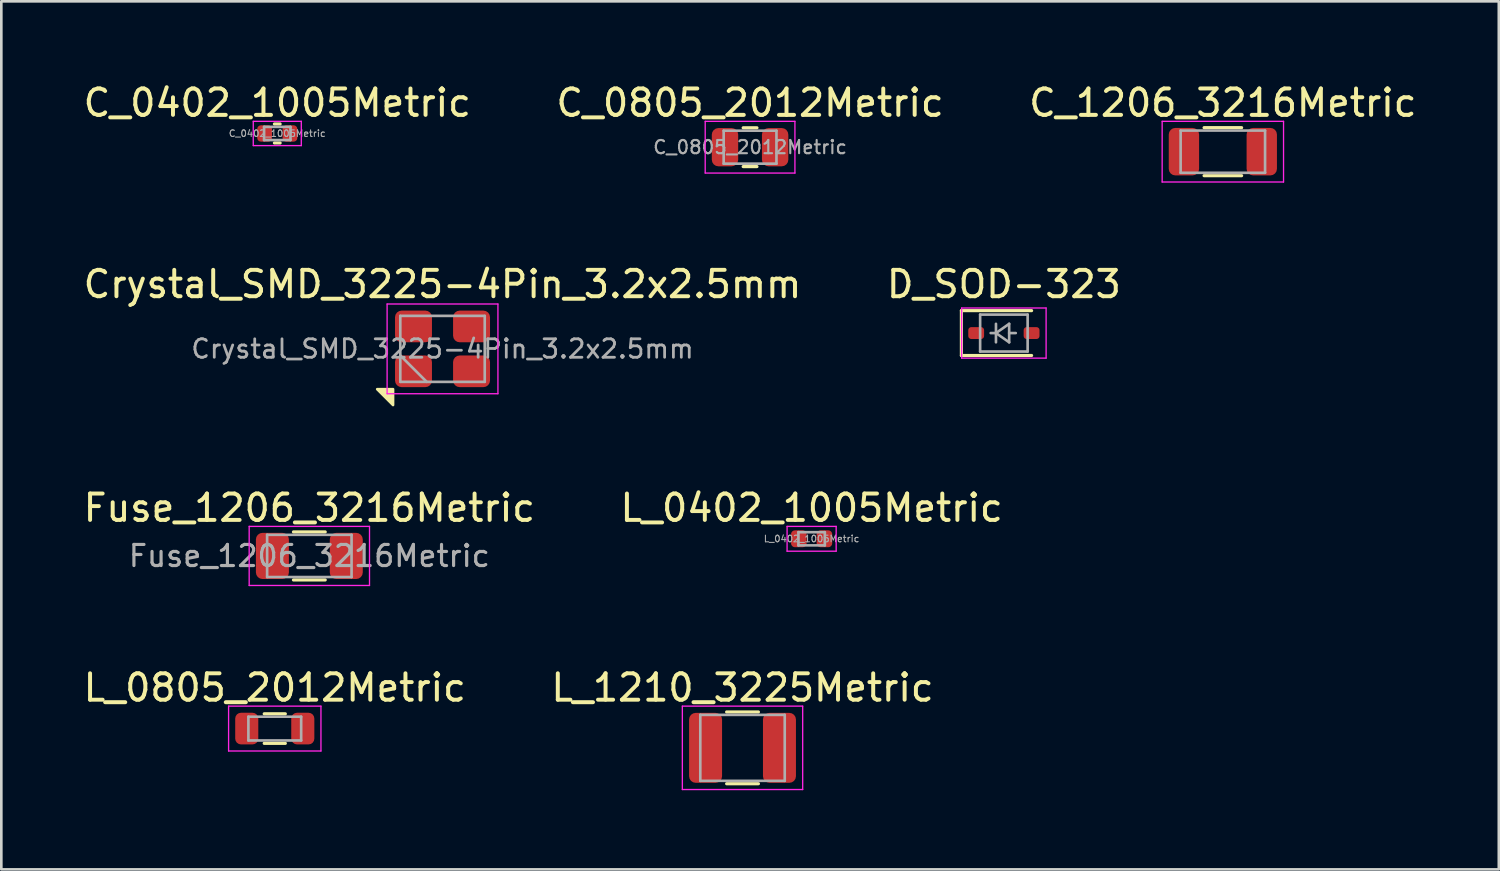
<source format=kicad_pcb>
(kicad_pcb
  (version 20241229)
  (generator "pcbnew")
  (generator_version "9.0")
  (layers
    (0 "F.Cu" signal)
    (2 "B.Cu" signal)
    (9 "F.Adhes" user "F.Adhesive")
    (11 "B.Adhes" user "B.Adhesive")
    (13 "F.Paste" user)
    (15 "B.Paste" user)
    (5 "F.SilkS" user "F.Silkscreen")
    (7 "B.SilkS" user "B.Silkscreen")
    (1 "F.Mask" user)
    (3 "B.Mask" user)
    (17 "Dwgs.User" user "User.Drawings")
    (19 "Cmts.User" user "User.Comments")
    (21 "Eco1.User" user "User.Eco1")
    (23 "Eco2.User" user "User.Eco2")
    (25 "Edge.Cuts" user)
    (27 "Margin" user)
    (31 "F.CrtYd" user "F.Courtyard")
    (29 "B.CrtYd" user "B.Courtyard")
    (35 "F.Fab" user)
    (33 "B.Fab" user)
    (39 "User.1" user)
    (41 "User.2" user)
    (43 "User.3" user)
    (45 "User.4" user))
  (footprint "L_1210_3225Metric"
    (layer "F.Cu")
    (at 25.089 25.291)
    (property "Reference" "L_1210_3225Metric" (at 0 -2.28 0) (layer "F.SilkS") (effects (font (size 1 1) (thickness 0.15))))
    (attr smd)
    (fp_line (start -0.602 -1.36) (end 0.602 -1.36) (stroke (width 0.12) (type solid)) (layer "F.SilkS"))
    (fp_line (start -0.602 1.36) (end 0.602 1.36) (stroke (width 0.12) (type solid)) (layer "F.SilkS"))
    (fp_line (start -2.28 -1.58) (end 2.28 -1.58) (stroke (width 0.05) (type solid)) (layer "F.CrtYd"))
    (fp_line (start -2.28 1.58) (end -2.28 -1.58) (stroke (width 0.05) (type solid)) (layer "F.CrtYd"))
    (fp_line (start 2.28 -1.58) (end 2.28 1.58) (stroke (width 0.05) (type solid)) (layer "F.CrtYd"))
    (fp_line (start 2.28 1.58) (end -2.28 1.58) (stroke (width 0.05) (type solid)) (layer "F.CrtYd"))
    (fp_line (start -1.6 -1.25) (end 1.6 -1.25) (stroke (width 0.1) (type solid)) (layer "F.Fab"))
    (fp_line (start -1.6 1.25) (end -1.6 -1.25) (stroke (width 0.1) (type solid)) (layer "F.Fab"))
    (fp_line (start 1.6 -1.25) (end 1.6 1.25) (stroke (width 0.1) (type solid)) (layer "F.Fab"))
    (fp_line (start 1.6 1.25) (end -1.6 1.25) (stroke (width 0.1) (type solid)) (layer "F.Fab"))
    (pad "1" smd roundrect (at -1.4 0) (size 1.25 2.65) (layers "F.Cu" "F.Mask" "F.Paste") (roundrect_rratio 0.2))
    (pad "2" smd roundrect (at 1.4 0) (size 1.25 2.65) (layers "F.Cu" "F.Mask" "F.Paste") (roundrect_rratio 0.2)))
  (footprint "Crystal_SMD_3225-4Pin_3.2x2.5mm"
    (layer "F.Cu")
    (at 13.72 10.171)
    (property "Reference" "Crystal_SMD_3225-4Pin_3.2x2.5mm" (at 0 -2.45 0) (layer "F.SilkS") (effects (font (size 1 1) (thickness 0.15))))
    (attr smd)
    (fp_poly (pts (xy -2.475 1.528) (xy -1.875 1.528) (xy -1.875 2.128)) (stroke (width 0.1) (type solid)) (fill yes) (layer "F.SilkS"))
    (fp_line (start -2.1 -1.7) (end -2.1 1.7) (stroke (width 0.05) (type solid)) (layer "F.CrtYd"))
    (fp_line (start -2.1 1.7) (end 2.1 1.7) (stroke (width 0.05) (type solid)) (layer "F.CrtYd"))
    (fp_line (start 2.1 -1.7) (end -2.1 -1.7) (stroke (width 0.05) (type solid)) (layer "F.CrtYd"))
    (fp_line (start 2.1 1.7) (end 2.1 -1.7) (stroke (width 0.05) (type solid)) (layer "F.CrtYd"))
    (fp_line (start -1.6 -1.25) (end -1.6 1.25) (stroke (width 0.1) (type solid)) (layer "F.Fab"))
    (fp_line (start -1.6 0.25) (end -0.6 1.25) (stroke (width 0.1) (type solid)) (layer "F.Fab"))
    (fp_line (start -1.6 1.25) (end 1.6 1.25) (stroke (width 0.1) (type solid)) (layer "F.Fab"))
    (fp_line (start 1.6 -1.25) (end -1.6 -1.25) (stroke (width 0.1) (type solid)) (layer "F.Fab"))
    (fp_line (start 1.6 1.25) (end 1.6 -1.25) (stroke (width 0.1) (type solid)) (layer "F.Fab"))
    (fp_text user "${REFERENCE}" (at 0 0 0) (layer "F.Fab") (effects (font (size 0.7 0.7) (thickness 0.105))))
    (pad "1" smd roundrect (at -1.1 0.85) (size 1.4 1.2) (layers "F.Cu" "F.Mask" "F.Paste") (roundrect_rratio 0.208))
    (pad "2" smd roundrect (at 1.1 0.85) (size 1.4 1.2) (layers "F.Cu" "F.Mask" "F.Paste") (roundrect_rratio 0.208))
    (pad "3" smd roundrect (at 1.1 -0.85) (size 1.4 1.2) (layers "F.Cu" "F.Mask" "F.Paste") (roundrect_rratio 0.208))
    (pad "4" smd roundrect (at -1.1 -0.85) (size 1.4 1.2) (layers "F.Cu" "F.Mask" "F.Paste") (roundrect_rratio 0.208)))
  (footprint "L_0402_1005Metric"
    (layer "F.Cu")
    (at 27.708 17.368)
    (property "Reference" "L_0402_1005Metric" (at 0 -1.17 0) (layer "F.SilkS") (effects (font (size 1 1) (thickness 0.15))))
    (attr smd)
    (fp_line (start -0.93 -0.47) (end 0.93 -0.47) (stroke (width 0.05) (type solid)) (layer "F.CrtYd"))
    (fp_line (start -0.93 0.47) (end -0.93 -0.47) (stroke (width 0.05) (type solid)) (layer "F.CrtYd"))
    (fp_line (start 0.93 -0.47) (end 0.93 0.47) (stroke (width 0.05) (type solid)) (layer "F.CrtYd"))
    (fp_line (start 0.93 0.47) (end -0.93 0.47) (stroke (width 0.05) (type solid)) (layer "F.CrtYd"))
    (fp_line (start -0.5 -0.25) (end 0.5 -0.25) (stroke (width 0.1) (type solid)) (layer "F.Fab"))
    (fp_line (start -0.5 0.25) (end -0.5 -0.25) (stroke (width 0.1) (type solid)) (layer "F.Fab"))
    (fp_line (start 0.5 -0.25) (end 0.5 0.25) (stroke (width 0.1) (type solid)) (layer "F.Fab"))
    (fp_line (start 0.5 0.25) (end -0.5 0.25) (stroke (width 0.1) (type solid)) (layer "F.Fab"))
    (fp_text user "${REFERENCE}" (at 0 0 0) (layer "F.Fab") (effects (font (size 0.25 0.25) (thickness 0.04))))
    (pad "1" smd roundrect (at -0.485 0) (size 0.59 0.64) (layers "F.Cu" "F.Mask" "F.Paste") (roundrect_rratio 0.25))
    (pad "2" smd roundrect (at 0.485 0) (size 0.59 0.64) (layers "F.Cu" "F.Mask" "F.Paste") (roundrect_rratio 0.25)))
  (footprint "C_0805_2012Metric"
    (layer "F.Cu")
    (at 25.375 2.528)
    (property "Reference" "C_0805_2012Metric" (at 0 -1.68 0) (layer "F.SilkS") (effects (font (size 1 1) (thickness 0.15))))
    (attr smd)
    (fp_line (start -0.261 -0.735) (end 0.261 -0.735) (stroke (width 0.12) (type solid)) (layer "F.SilkS"))
    (fp_line (start -0.261 0.735) (end 0.261 0.735) (stroke (width 0.12) (type solid)) (layer "F.SilkS"))
    (fp_line (start -1.7 -0.98) (end 1.7 -0.98) (stroke (width 0.05) (type solid)) (layer "F.CrtYd"))
    (fp_line (start -1.7 0.98) (end -1.7 -0.98) (stroke (width 0.05) (type solid)) (layer "F.CrtYd"))
    (fp_line (start 1.7 -0.98) (end 1.7 0.98) (stroke (width 0.05) (type solid)) (layer "F.CrtYd"))
    (fp_line (start 1.7 0.98) (end -1.7 0.98) (stroke (width 0.05) (type solid)) (layer "F.CrtYd"))
    (fp_line (start -1 -0.625) (end 1 -0.625) (stroke (width 0.1) (type solid)) (layer "F.Fab"))
    (fp_line (start -1 0.625) (end -1 -0.625) (stroke (width 0.1) (type solid)) (layer "F.Fab"))
    (fp_line (start 1 -0.625) (end 1 0.625) (stroke (width 0.1) (type solid)) (layer "F.Fab"))
    (fp_line (start 1 0.625) (end -1 0.625) (stroke (width 0.1) (type solid)) (layer "F.Fab"))
    (fp_text user "${REFERENCE}" (at 0 0 0) (layer "F.Fab") (effects (font (size 0.5 0.5) (thickness 0.08))))
    (pad "1" smd roundrect (at -0.95 0) (size 1 1.45) (layers "F.Cu" "F.Mask" "F.Paste") (roundrect_rratio 0.25))
    (pad "2" smd roundrect (at 0.95 0) (size 1 1.45) (layers "F.Cu" "F.Mask" "F.Paste") (roundrect_rratio 0.25)))
  (footprint "C_1206_3216Metric"
    (layer "F.Cu")
    (at 43.292 2.698)
    (property "Reference" "C_1206_3216Metric" (at 0 -1.85 0) (layer "F.SilkS") (effects (font (size 1 1) (thickness 0.15))))
    (attr smd)
    (fp_line (start -0.711 -0.91) (end 0.711 -0.91) (stroke (width 0.12) (type solid)) (layer "F.SilkS"))
    (fp_line (start -0.711 0.91) (end 0.711 0.91) (stroke (width 0.12) (type solid)) (layer "F.SilkS"))
    (fp_line (start -2.3 -1.15) (end 2.3 -1.15) (stroke (width 0.05) (type solid)) (layer "F.CrtYd"))
    (fp_line (start -2.3 1.15) (end -2.3 -1.15) (stroke (width 0.05) (type solid)) (layer "F.CrtYd"))
    (fp_line (start 2.3 -1.15) (end 2.3 1.15) (stroke (width 0.05) (type solid)) (layer "F.CrtYd"))
    (fp_line (start 2.3 1.15) (end -2.3 1.15) (stroke (width 0.05) (type solid)) (layer "F.CrtYd"))
    (fp_line (start -1.6 -0.8) (end 1.6 -0.8) (stroke (width 0.1) (type solid)) (layer "F.Fab"))
    (fp_line (start -1.6 0.8) (end -1.6 -0.8) (stroke (width 0.1) (type solid)) (layer "F.Fab"))
    (fp_line (start 1.6 -0.8) (end 1.6 0.8) (stroke (width 0.1) (type solid)) (layer "F.Fab"))
    (fp_line (start 1.6 0.8) (end -1.6 0.8) (stroke (width 0.1) (type solid)) (layer "F.Fab"))
    (pad "1" smd roundrect (at -1.475 0) (size 1.15 1.8) (layers "F.Cu" "F.Mask" "F.Paste") (roundrect_rratio 0.217))
    (pad "2" smd roundrect (at 1.475 0) (size 1.15 1.8) (layers "F.Cu" "F.Mask" "F.Paste") (roundrect_rratio 0.217)))
  (footprint "L_0805_2012Metric"
    (layer "F.Cu")
    (at 7.363 24.561)
    (property "Reference" "L_0805_2012Metric" (at 0 -1.55 0) (layer "F.SilkS") (effects (font (size 1 1) (thickness 0.15))))
    (attr smd)
    (fp_line (start -0.4 -0.56) (end 0.4 -0.56) (stroke (width 0.12) (type solid)) (layer "F.SilkS"))
    (fp_line (start -0.4 0.56) (end 0.4 0.56) (stroke (width 0.12) (type solid)) (layer "F.SilkS"))
    (fp_line (start -1.75 -0.85) (end 1.75 -0.85) (stroke (width 0.05) (type solid)) (layer "F.CrtYd"))
    (fp_line (start -1.75 0.85) (end -1.75 -0.85) (stroke (width 0.05) (type solid)) (layer "F.CrtYd"))
    (fp_line (start 1.75 -0.85) (end 1.75 0.85) (stroke (width 0.05) (type solid)) (layer "F.CrtYd"))
    (fp_line (start 1.75 0.85) (end -1.75 0.85) (stroke (width 0.05) (type solid)) (layer "F.CrtYd"))
    (fp_line (start -1 -0.45) (end 1 -0.45) (stroke (width 0.1) (type solid)) (layer "F.Fab"))
    (fp_line (start -1 0.45) (end -1 -0.45) (stroke (width 0.1) (type solid)) (layer "F.Fab"))
    (fp_line (start 1 -0.45) (end 1 0.45) (stroke (width 0.1) (type solid)) (layer "F.Fab"))
    (fp_line (start 1 0.45) (end -1 0.45) (stroke (width 0.1) (type solid)) (layer "F.Fab"))
    (pad "1" smd roundrect (at -1.062 0) (size 0.875 1.2) (layers "F.Cu" "F.Mask" "F.Paste") (roundrect_rratio 0.25))
    (pad "2" smd roundrect (at 1.062 0) (size 0.875 1.2) (layers "F.Cu" "F.Mask" "F.Paste") (roundrect_rratio 0.25)))
  (footprint "C_0402_1005Metric"
    (layer "F.Cu")
    (at 7.458 2.008)
    (property "Reference" "C_0402_1005Metric" (at 0 -1.16 0) (layer "F.SilkS") (effects (font (size 1 1) (thickness 0.15))))
    (attr smd)
    (fp_line (start -0.108 -0.36) (end 0.108 -0.36) (stroke (width 0.12) (type solid)) (layer "F.SilkS"))
    (fp_line (start -0.108 0.36) (end 0.108 0.36) (stroke (width 0.12) (type solid)) (layer "F.SilkS"))
    (fp_line (start -0.91 -0.46) (end 0.91 -0.46) (stroke (width 0.05) (type solid)) (layer "F.CrtYd"))
    (fp_line (start -0.91 0.46) (end -0.91 -0.46) (stroke (width 0.05) (type solid)) (layer "F.CrtYd"))
    (fp_line (start 0.91 -0.46) (end 0.91 0.46) (stroke (width 0.05) (type solid)) (layer "F.CrtYd"))
    (fp_line (start 0.91 0.46) (end -0.91 0.46) (stroke (width 0.05) (type solid)) (layer "F.CrtYd"))
    (fp_line (start -0.5 -0.25) (end 0.5 -0.25) (stroke (width 0.1) (type solid)) (layer "F.Fab"))
    (fp_line (start -0.5 0.25) (end -0.5 -0.25) (stroke (width 0.1) (type solid)) (layer "F.Fab"))
    (fp_line (start 0.5 -0.25) (end 0.5 0.25) (stroke (width 0.1) (type solid)) (layer "F.Fab"))
    (fp_line (start 0.5 0.25) (end -0.5 0.25) (stroke (width 0.1) (type solid)) (layer "F.Fab"))
    (fp_text user "${REFERENCE}" (at 0 0 0) (layer "F.Fab") (effects (font (size 0.25 0.25) (thickness 0.04))))
    (pad "1" smd roundrect (at -0.48 0) (size 0.56 0.62) (layers "F.Cu" "F.Mask" "F.Paste") (roundrect_rratio 0.25))
    (pad "2" smd roundrect (at 0.48 0) (size 0.56 0.62) (layers "F.Cu" "F.Mask" "F.Paste") (roundrect_rratio 0.25)))
  (footprint "Fuse_1206_3216Metric"
    (layer "F.Cu")
    (at 8.673 18.018)
    (property "Reference" "Fuse_1206_3216Metric" (at 0 -1.82 0) (layer "F.SilkS") (effects (font (size 1 1) (thickness 0.15))))
    (attr smd)
    (fp_line (start -0.602 -0.91) (end 0.602 -0.91) (stroke (width 0.12) (type solid)) (layer "F.SilkS"))
    (fp_line (start -0.602 0.91) (end 0.602 0.91) (stroke (width 0.12) (type solid)) (layer "F.SilkS"))
    (fp_line (start -2.28 -1.12) (end 2.28 -1.12) (stroke (width 0.05) (type solid)) (layer "F.CrtYd"))
    (fp_line (start -2.28 1.12) (end -2.28 -1.12) (stroke (width 0.05) (type solid)) (layer "F.CrtYd"))
    (fp_line (start 2.28 -1.12) (end 2.28 1.12) (stroke (width 0.05) (type solid)) (layer "F.CrtYd"))
    (fp_line (start 2.28 1.12) (end -2.28 1.12) (stroke (width 0.05) (type solid)) (layer "F.CrtYd"))
    (fp_line (start -1.6 -0.8) (end 1.6 -0.8) (stroke (width 0.1) (type solid)) (layer "F.Fab"))
    (fp_line (start -1.6 0.8) (end -1.6 -0.8) (stroke (width 0.1) (type solid)) (layer "F.Fab"))
    (fp_line (start 1.6 -0.8) (end 1.6 0.8) (stroke (width 0.1) (type solid)) (layer "F.Fab"))
    (fp_line (start 1.6 0.8) (end -1.6 0.8) (stroke (width 0.1) (type solid)) (layer "F.Fab"))
    (fp_text user "${REFERENCE}" (at 0 0 0) (layer "F.Fab") (effects (font (size 0.8 0.8) (thickness 0.12))))
    (pad "1" smd roundrect (at -1.4 0) (size 1.25 1.75) (layers "F.Cu" "F.Mask" "F.Paste") (roundrect_rratio 0.2))
    (pad "2" smd roundrect (at 1.4 0) (size 1.25 1.75) (layers "F.Cu" "F.Mask" "F.Paste") (roundrect_rratio 0.2)))
  (footprint "D_SOD-323"
    (layer "F.Cu")
    (at 34.994 9.572)
    (property "Reference" "D_SOD-323" (at 0 -1.85 0) (layer "F.SilkS") (effects (font (size 1 1) (thickness 0.15))))
    (attr smd)
    (fp_line (start -1.61 -0.85) (end -1.61 0.85) (stroke (width 0.12) (type solid)) (layer "F.SilkS"))
    (fp_line (start -1.61 -0.85) (end 1.05 -0.85) (stroke (width 0.12) (type solid)) (layer "F.SilkS"))
    (fp_line (start -1.61 0.85) (end 1.05 0.85) (stroke (width 0.12) (type solid)) (layer "F.SilkS"))
    (fp_line (start -1.6 -0.95) (end -1.6 0.95) (stroke (width 0.05) (type solid)) (layer "F.CrtYd"))
    (fp_line (start -1.6 -0.95) (end 1.6 -0.95) (stroke (width 0.05) (type solid)) (layer "F.CrtYd"))
    (fp_line (start -1.6 0.95) (end 1.6 0.95) (stroke (width 0.05) (type solid)) (layer "F.CrtYd"))
    (fp_line (start 1.6 -0.95) (end 1.6 0.95) (stroke (width 0.05) (type solid)) (layer "F.CrtYd"))
    (fp_line (start -0.9 -0.7) (end 0.9 -0.7) (stroke (width 0.1) (type solid)) (layer "F.Fab"))
    (fp_line (start -0.9 0.7) (end -0.9 -0.7) (stroke (width 0.1) (type solid)) (layer "F.Fab"))
    (fp_line (start -0.3 -0.35) (end -0.3 0.35) (stroke (width 0.1) (type solid)) (layer "F.Fab"))
    (fp_line (start -0.3 0) (end -0.5 0) (stroke (width 0.1) (type solid)) (layer "F.Fab"))
    (fp_line (start -0.3 0) (end 0.2 -0.35) (stroke (width 0.1) (type solid)) (layer "F.Fab"))
    (fp_line (start 0.2 -0.35) (end 0.2 0.35) (stroke (width 0.1) (type solid)) (layer "F.Fab"))
    (fp_line (start 0.2 0) (end 0.45 0) (stroke (width 0.1) (type solid)) (layer "F.Fab"))
    (fp_line (start 0.2 0.35) (end -0.3 0) (stroke (width 0.1) (type solid)) (layer "F.Fab"))
    (fp_line (start 0.9 -0.7) (end 0.9 0.7) (stroke (width 0.1) (type solid)) (layer "F.Fab"))
    (fp_line (start 0.9 0.7) (end -0.9 0.7) (stroke (width 0.1) (type solid)) (layer "F.Fab"))
    (pad "1" smd roundrect (at -1.05 0) (size 0.6 0.45) (layers "F.Cu" "F.Mask" "F.Paste") (roundrect_rratio 0.25))
    (pad "2" smd roundrect (at 1.05 0) (size 0.6 0.45) (layers "F.Cu" "F.Mask" "F.Paste") (roundrect_rratio 0.25)))
  (gr_rect
    (start -3 -3)
    (end 53.75 29.896)
    (stroke (width 0.1) (type default))
    (fill no)
    (layer "Edge.Cuts")))
</source>
